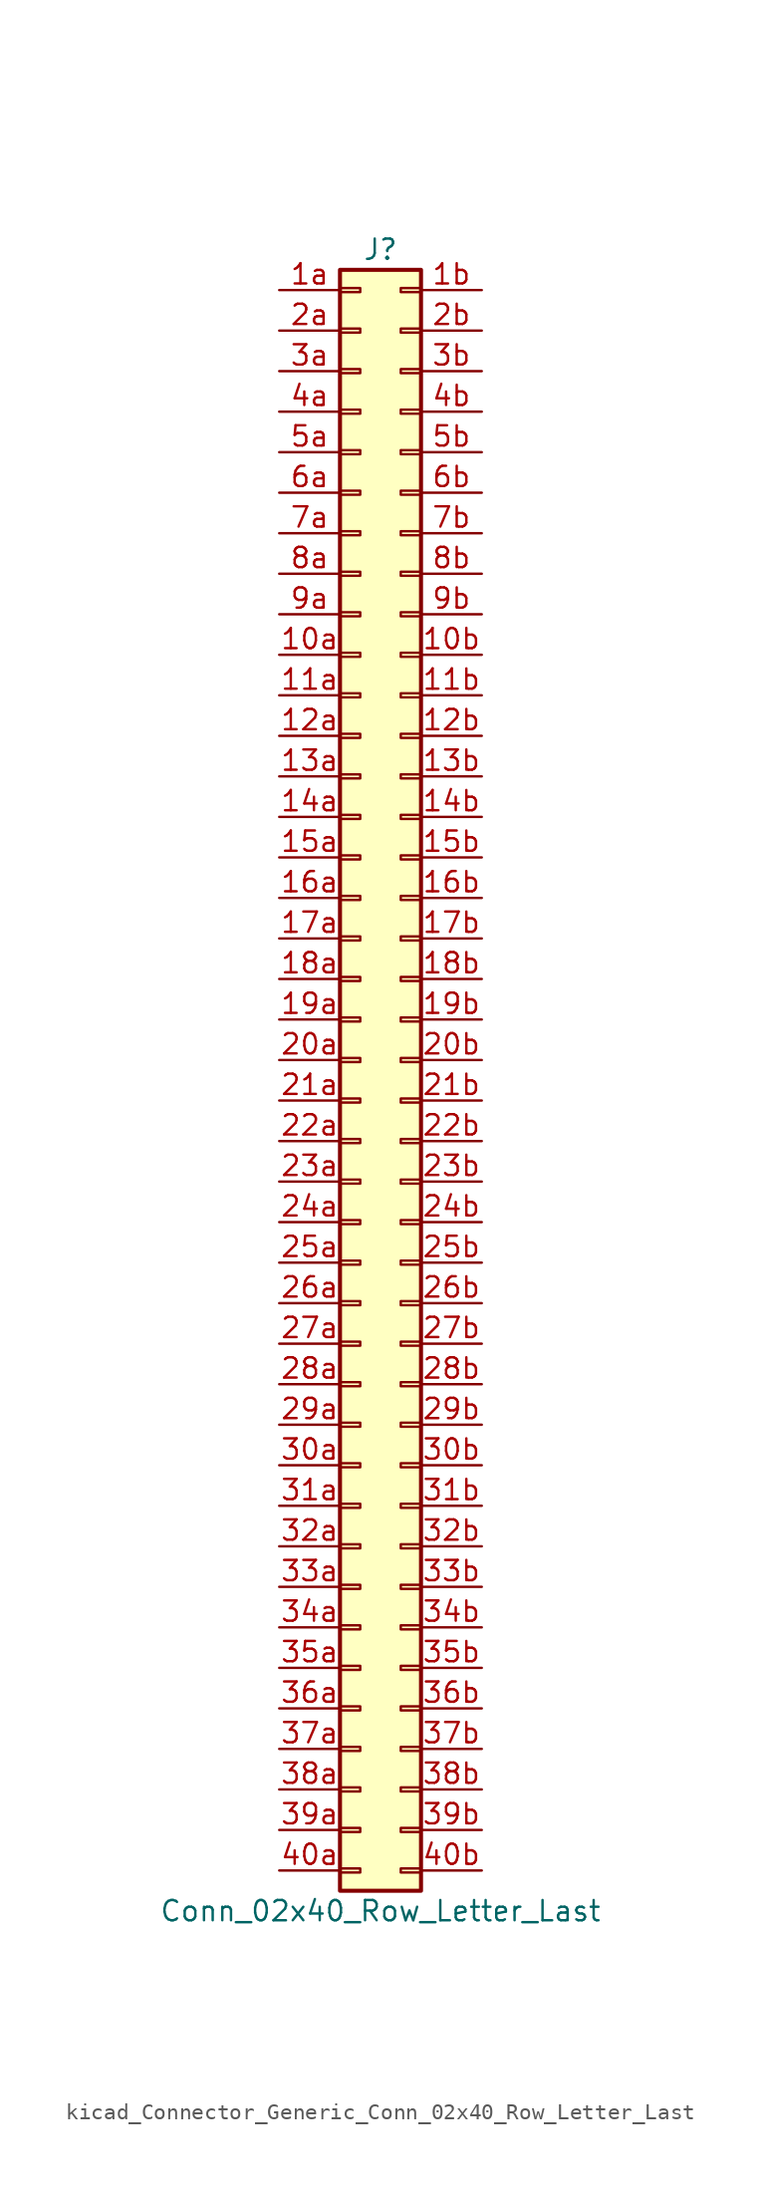
<source format=kicad_sym>
(kicad_symbol_lib
  (version 20220914)
  (generator kicad_symbol_editor)
  (symbol "kicad_Connector_Generic_Conn_02x40_Row_Letter_Last"
    (pin_names
      (offset 1.016) hide)
    (property "Reference" "J"
      (at 1.27 50.8 0)
      (effects (font (size 1.27 1.27))))
    (property "Value" "Conn_02x40_Row_Letter_Last"
      (at 1.27 -53.34 0)
      (effects (font (size 1.27 1.27))))
    (symbol "kicad_Connector_Generic_Conn_02x40_Row_Letter_Last_1_1"
      (rectangle (start -1.27 -50.673) (end 0 -50.927) (stroke (width 0.152) (type default)) (fill (type none)))
      (rectangle (start -1.27 -48.133) (end 0 -48.387) (stroke (width 0.152) (type default)) (fill (type none)))
      (rectangle (start -1.27 -45.593) (end 0 -45.847) (stroke (width 0.152) (type default)) (fill (type none)))
      (rectangle (start -1.27 -43.053) (end 0 -43.307) (stroke (width 0.152) (type default)) (fill (type none)))
      (rectangle (start -1.27 -40.513) (end 0 -40.767) (stroke (width 0.152) (type default)) (fill (type none)))
      (rectangle (start -1.27 -37.973) (end 0 -38.227) (stroke (width 0.152) (type default)) (fill (type none)))
      (rectangle (start -1.27 -35.433) (end 0 -35.687) (stroke (width 0.152) (type default)) (fill (type none)))
      (rectangle (start -1.27 -32.893) (end 0 -33.147) (stroke (width 0.152) (type default)) (fill (type none)))
      (rectangle (start -1.27 -30.353) (end 0 -30.607) (stroke (width 0.152) (type default)) (fill (type none)))
      (rectangle (start -1.27 -27.813) (end 0 -28.067) (stroke (width 0.152) (type default)) (fill (type none)))
      (rectangle (start -1.27 -25.273) (end 0 -25.527) (stroke (width 0.152) (type default)) (fill (type none)))
      (rectangle (start -1.27 -22.733) (end 0 -22.987) (stroke (width 0.152) (type default)) (fill (type none)))
      (rectangle (start -1.27 -20.193) (end 0 -20.447) (stroke (width 0.152) (type default)) (fill (type none)))
      (rectangle (start -1.27 -17.653) (end 0 -17.907) (stroke (width 0.152) (type default)) (fill (type none)))
      (rectangle (start -1.27 -15.113) (end 0 -15.367) (stroke (width 0.152) (type default)) (fill (type none)))
      (rectangle (start -1.27 -12.573) (end 0 -12.827) (stroke (width 0.152) (type default)) (fill (type none)))
      (rectangle (start -1.27 -10.033) (end 0 -10.287) (stroke (width 0.152) (type default)) (fill (type none)))
      (rectangle (start -1.27 -7.493) (end 0 -7.747) (stroke (width 0.152) (type default)) (fill (type none)))
      (rectangle (start -1.27 -4.953) (end 0 -5.207) (stroke (width 0.152) (type default)) (fill (type none)))
      (rectangle (start -1.27 -2.413) (end 0 -2.667) (stroke (width 0.152) (type default)) (fill (type none)))
      (rectangle (start -1.27 0.127) (end 0 -0.127) (stroke (width 0.152) (type default)) (fill (type none)))
      (rectangle (start -1.27 2.667) (end 0 2.413) (stroke (width 0.152) (type default)) (fill (type none)))
      (rectangle (start -1.27 5.207) (end 0 4.953) (stroke (width 0.152) (type default)) (fill (type none)))
      (rectangle (start -1.27 7.747) (end 0 7.493) (stroke (width 0.152) (type default)) (fill (type none)))
      (rectangle (start -1.27 10.287) (end 0 10.033) (stroke (width 0.152) (type default)) (fill (type none)))
      (rectangle (start -1.27 12.827) (end 0 12.573) (stroke (width 0.152) (type default)) (fill (type none)))
      (rectangle (start -1.27 15.367) (end 0 15.113) (stroke (width 0.152) (type default)) (fill (type none)))
      (rectangle (start -1.27 17.907) (end 0 17.653) (stroke (width 0.152) (type default)) (fill (type none)))
      (rectangle (start -1.27 20.447) (end 0 20.193) (stroke (width 0.152) (type default)) (fill (type none)))
      (rectangle (start -1.27 22.987) (end 0 22.733) (stroke (width 0.152) (type default)) (fill (type none)))
      (rectangle (start -1.27 25.527) (end 0 25.273) (stroke (width 0.152) (type default)) (fill (type none)))
      (rectangle (start -1.27 28.067) (end 0 27.813) (stroke (width 0.152) (type default)) (fill (type none)))
      (rectangle (start -1.27 30.607) (end 0 30.353) (stroke (width 0.152) (type default)) (fill (type none)))
      (rectangle (start -1.27 33.147) (end 0 32.893) (stroke (width 0.152) (type default)) (fill (type none)))
      (rectangle (start -1.27 35.687) (end 0 35.433) (stroke (width 0.152) (type default)) (fill (type none)))
      (rectangle (start -1.27 38.227) (end 0 37.973) (stroke (width 0.152) (type default)) (fill (type none)))
      (rectangle (start -1.27 40.767) (end 0 40.513) (stroke (width 0.152) (type default)) (fill (type none)))
      (rectangle (start -1.27 43.307) (end 0 43.053) (stroke (width 0.152) (type default)) (fill (type none)))
      (rectangle (start -1.27 45.847) (end 0 45.593) (stroke (width 0.152) (type default)) (fill (type none)))
      (rectangle (start -1.27 48.387) (end 0 48.133) (stroke (width 0.152) (type default)) (fill (type none)))
      (rectangle (start -1.27 49.53) (end 3.81 -52.07) (stroke (width 0.254) (type default)) (fill (type background)))
      (rectangle (start 3.81 -50.673) (end 2.54 -50.927) (stroke (width 0.152) (type default)) (fill (type none)))
      (rectangle (start 3.81 -48.133) (end 2.54 -48.387) (stroke (width 0.152) (type default)) (fill (type none)))
      (rectangle (start 3.81 -45.593) (end 2.54 -45.847) (stroke (width 0.152) (type default)) (fill (type none)))
      (rectangle (start 3.81 -43.053) (end 2.54 -43.307) (stroke (width 0.152) (type default)) (fill (type none)))
      (rectangle (start 3.81 -40.513) (end 2.54 -40.767) (stroke (width 0.152) (type default)) (fill (type none)))
      (rectangle (start 3.81 -37.973) (end 2.54 -38.227) (stroke (width 0.152) (type default)) (fill (type none)))
      (rectangle (start 3.81 -35.433) (end 2.54 -35.687) (stroke (width 0.152) (type default)) (fill (type none)))
      (rectangle (start 3.81 -32.893) (end 2.54 -33.147) (stroke (width 0.152) (type default)) (fill (type none)))
      (rectangle (start 3.81 -30.353) (end 2.54 -30.607) (stroke (width 0.152) (type default)) (fill (type none)))
      (rectangle (start 3.81 -27.813) (end 2.54 -28.067) (stroke (width 0.152) (type default)) (fill (type none)))
      (rectangle (start 3.81 -25.273) (end 2.54 -25.527) (stroke (width 0.152) (type default)) (fill (type none)))
      (rectangle (start 3.81 -22.733) (end 2.54 -22.987) (stroke (width 0.152) (type default)) (fill (type none)))
      (rectangle (start 3.81 -20.193) (end 2.54 -20.447) (stroke (width 0.152) (type default)) (fill (type none)))
      (rectangle (start 3.81 -17.653) (end 2.54 -17.907) (stroke (width 0.152) (type default)) (fill (type none)))
      (rectangle (start 3.81 -15.113) (end 2.54 -15.367) (stroke (width 0.152) (type default)) (fill (type none)))
      (rectangle (start 3.81 -12.573) (end 2.54 -12.827) (stroke (width 0.152) (type default)) (fill (type none)))
      (rectangle (start 3.81 -10.033) (end 2.54 -10.287) (stroke (width 0.152) (type default)) (fill (type none)))
      (rectangle (start 3.81 -7.493) (end 2.54 -7.747) (stroke (width 0.152) (type default)) (fill (type none)))
      (rectangle (start 3.81 -4.953) (end 2.54 -5.207) (stroke (width 0.152) (type default)) (fill (type none)))
      (rectangle (start 3.81 -2.413) (end 2.54 -2.667) (stroke (width 0.152) (type default)) (fill (type none)))
      (rectangle (start 3.81 0.127) (end 2.54 -0.127) (stroke (width 0.152) (type default)) (fill (type none)))
      (rectangle (start 3.81 2.667) (end 2.54 2.413) (stroke (width 0.152) (type default)) (fill (type none)))
      (rectangle (start 3.81 5.207) (end 2.54 4.953) (stroke (width 0.152) (type default)) (fill (type none)))
      (rectangle (start 3.81 7.747) (end 2.54 7.493) (stroke (width 0.152) (type default)) (fill (type none)))
      (rectangle (start 3.81 10.287) (end 2.54 10.033) (stroke (width 0.152) (type default)) (fill (type none)))
      (rectangle (start 3.81 12.827) (end 2.54 12.573) (stroke (width 0.152) (type default)) (fill (type none)))
      (rectangle (start 3.81 15.367) (end 2.54 15.113) (stroke (width 0.152) (type default)) (fill (type none)))
      (rectangle (start 3.81 17.907) (end 2.54 17.653) (stroke (width 0.152) (type default)) (fill (type none)))
      (rectangle (start 3.81 20.447) (end 2.54 20.193) (stroke (width 0.152) (type default)) (fill (type none)))
      (rectangle (start 3.81 22.987) (end 2.54 22.733) (stroke (width 0.152) (type default)) (fill (type none)))
      (rectangle (start 3.81 25.527) (end 2.54 25.273) (stroke (width 0.152) (type default)) (fill (type none)))
      (rectangle (start 3.81 28.067) (end 2.54 27.813) (stroke (width 0.152) (type default)) (fill (type none)))
      (rectangle (start 3.81 30.607) (end 2.54 30.353) (stroke (width 0.152) (type default)) (fill (type none)))
      (rectangle (start 3.81 33.147) (end 2.54 32.893) (stroke (width 0.152) (type default)) (fill (type none)))
      (rectangle (start 3.81 35.687) (end 2.54 35.433) (stroke (width 0.152) (type default)) (fill (type none)))
      (rectangle (start 3.81 38.227) (end 2.54 37.973) (stroke (width 0.152) (type default)) (fill (type none)))
      (rectangle (start 3.81 40.767) (end 2.54 40.513) (stroke (width 0.152) (type default)) (fill (type none)))
      (rectangle (start 3.81 43.307) (end 2.54 43.053) (stroke (width 0.152) (type default)) (fill (type none)))
      (rectangle (start 3.81 45.847) (end 2.54 45.593) (stroke (width 0.152) (type default)) (fill (type none)))
      (rectangle (start 3.81 48.387) (end 2.54 48.133) (stroke (width 0.152) (type default)) (fill (type none)))
      (pin passive line (at -5.08 25.4 0) (length 3.81) (name "Pin_10a" (effects (font (size 1.27 1.27)))) (number "10a" (effects (font (size 1.27 1.27)))))
      (pin passive line (at 7.62 25.4 180) (length 3.81) (name "Pin_10b" (effects (font (size 1.27 1.27)))) (number "10b" (effects (font (size 1.27 1.27)))))
      (pin passive line (at -5.08 22.86 0) (length 3.81) (name "Pin_11a" (effects (font (size 1.27 1.27)))) (number "11a" (effects (font (size 1.27 1.27)))))
      (pin passive line (at 7.62 22.86 180) (length 3.81) (name "Pin_11b" (effects (font (size 1.27 1.27)))) (number "11b" (effects (font (size 1.27 1.27)))))
      (pin passive line (at -5.08 20.32 0) (length 3.81) (name "Pin_12a" (effects (font (size 1.27 1.27)))) (number "12a" (effects (font (size 1.27 1.27)))))
      (pin passive line (at 7.62 20.32 180) (length 3.81) (name "Pin_12b" (effects (font (size 1.27 1.27)))) (number "12b" (effects (font (size 1.27 1.27)))))
      (pin passive line (at -5.08 17.78 0) (length 3.81) (name "Pin_13a" (effects (font (size 1.27 1.27)))) (number "13a" (effects (font (size 1.27 1.27)))))
      (pin passive line (at 7.62 17.78 180) (length 3.81) (name "Pin_13b" (effects (font (size 1.27 1.27)))) (number "13b" (effects (font (size 1.27 1.27)))))
      (pin passive line (at -5.08 15.24 0) (length 3.81) (name "Pin_14a" (effects (font (size 1.27 1.27)))) (number "14a" (effects (font (size 1.27 1.27)))))
      (pin passive line (at 7.62 15.24 180) (length 3.81) (name "Pin_14b" (effects (font (size 1.27 1.27)))) (number "14b" (effects (font (size 1.27 1.27)))))
      (pin passive line (at -5.08 12.7 0) (length 3.81) (name "Pin_15a" (effects (font (size 1.27 1.27)))) (number "15a" (effects (font (size 1.27 1.27)))))
      (pin passive line (at 7.62 12.7 180) (length 3.81) (name "Pin_15b" (effects (font (size 1.27 1.27)))) (number "15b" (effects (font (size 1.27 1.27)))))
      (pin passive line (at -5.08 10.16 0) (length 3.81) (name "Pin_16a" (effects (font (size 1.27 1.27)))) (number "16a" (effects (font (size 1.27 1.27)))))
      (pin passive line (at 7.62 10.16 180) (length 3.81) (name "Pin_16b" (effects (font (size 1.27 1.27)))) (number "16b" (effects (font (size 1.27 1.27)))))
      (pin passive line (at -5.08 7.62 0) (length 3.81) (name "Pin_17a" (effects (font (size 1.27 1.27)))) (number "17a" (effects (font (size 1.27 1.27)))))
      (pin passive line (at 7.62 7.62 180) (length 3.81) (name "Pin_17b" (effects (font (size 1.27 1.27)))) (number "17b" (effects (font (size 1.27 1.27)))))
      (pin passive line (at -5.08 5.08 0) (length 3.81) (name "Pin_18a" (effects (font (size 1.27 1.27)))) (number "18a" (effects (font (size 1.27 1.27)))))
      (pin passive line (at 7.62 5.08 180) (length 3.81) (name "Pin_18b" (effects (font (size 1.27 1.27)))) (number "18b" (effects (font (size 1.27 1.27)))))
      (pin passive line (at -5.08 2.54 0) (length 3.81) (name "Pin_19a" (effects (font (size 1.27 1.27)))) (number "19a" (effects (font (size 1.27 1.27)))))
      (pin passive line (at 7.62 2.54 180) (length 3.81) (name "Pin_19b" (effects (font (size 1.27 1.27)))) (number "19b" (effects (font (size 1.27 1.27)))))
      (pin passive line (at -5.08 48.26 0) (length 3.81) (name "Pin_1a" (effects (font (size 1.27 1.27)))) (number "1a" (effects (font (size 1.27 1.27)))))
      (pin passive line (at 7.62 48.26 180) (length 3.81) (name "Pin_1b" (effects (font (size 1.27 1.27)))) (number "1b" (effects (font (size 1.27 1.27)))))
      (pin passive line (at -5.08 0 0) (length 3.81) (name "Pin_20a" (effects (font (size 1.27 1.27)))) (number "20a" (effects (font (size 1.27 1.27)))))
      (pin passive line (at 7.62 0 180) (length 3.81) (name "Pin_20b" (effects (font (size 1.27 1.27)))) (number "20b" (effects (font (size 1.27 1.27)))))
      (pin passive line (at -5.08 -2.54 0) (length 3.81) (name "Pin_21a" (effects (font (size 1.27 1.27)))) (number "21a" (effects (font (size 1.27 1.27)))))
      (pin passive line (at 7.62 -2.54 180) (length 3.81) (name "Pin_21b" (effects (font (size 1.27 1.27)))) (number "21b" (effects (font (size 1.27 1.27)))))
      (pin passive line (at -5.08 -5.08 0) (length 3.81) (name "Pin_22a" (effects (font (size 1.27 1.27)))) (number "22a" (effects (font (size 1.27 1.27)))))
      (pin passive line (at 7.62 -5.08 180) (length 3.81) (name "Pin_22b" (effects (font (size 1.27 1.27)))) (number "22b" (effects (font (size 1.27 1.27)))))
      (pin passive line (at -5.08 -7.62 0) (length 3.81) (name "Pin_23a" (effects (font (size 1.27 1.27)))) (number "23a" (effects (font (size 1.27 1.27)))))
      (pin passive line (at 7.62 -7.62 180) (length 3.81) (name "Pin_23b" (effects (font (size 1.27 1.27)))) (number "23b" (effects (font (size 1.27 1.27)))))
      (pin passive line (at -5.08 -10.16 0) (length 3.81) (name "Pin_24a" (effects (font (size 1.27 1.27)))) (number "24a" (effects (font (size 1.27 1.27)))))
      (pin passive line (at 7.62 -10.16 180) (length 3.81) (name "Pin_24b" (effects (font (size 1.27 1.27)))) (number "24b" (effects (font (size 1.27 1.27)))))
      (pin passive line (at -5.08 -12.7 0) (length 3.81) (name "Pin_25a" (effects (font (size 1.27 1.27)))) (number "25a" (effects (font (size 1.27 1.27)))))
      (pin passive line (at 7.62 -12.7 180) (length 3.81) (name "Pin_25b" (effects (font (size 1.27 1.27)))) (number "25b" (effects (font (size 1.27 1.27)))))
      (pin passive line (at -5.08 -15.24 0) (length 3.81) (name "Pin_26a" (effects (font (size 1.27 1.27)))) (number "26a" (effects (font (size 1.27 1.27)))))
      (pin passive line (at 7.62 -15.24 180) (length 3.81) (name "Pin_26b" (effects (font (size 1.27 1.27)))) (number "26b" (effects (font (size 1.27 1.27)))))
      (pin passive line (at -5.08 -17.78 0) (length 3.81) (name "Pin_27a" (effects (font (size 1.27 1.27)))) (number "27a" (effects (font (size 1.27 1.27)))))
      (pin passive line (at 7.62 -17.78 180) (length 3.81) (name "Pin_27b" (effects (font (size 1.27 1.27)))) (number "27b" (effects (font (size 1.27 1.27)))))
      (pin passive line (at -5.08 -20.32 0) (length 3.81) (name "Pin_28a" (effects (font (size 1.27 1.27)))) (number "28a" (effects (font (size 1.27 1.27)))))
      (pin passive line (at 7.62 -20.32 180) (length 3.81) (name "Pin_28b" (effects (font (size 1.27 1.27)))) (number "28b" (effects (font (size 1.27 1.27)))))
      (pin passive line (at -5.08 -22.86 0) (length 3.81) (name "Pin_29a" (effects (font (size 1.27 1.27)))) (number "29a" (effects (font (size 1.27 1.27)))))
      (pin passive line (at 7.62 -22.86 180) (length 3.81) (name "Pin_29b" (effects (font (size 1.27 1.27)))) (number "29b" (effects (font (size 1.27 1.27)))))
      (pin passive line (at -5.08 45.72 0) (length 3.81) (name "Pin_2a" (effects (font (size 1.27 1.27)))) (number "2a" (effects (font (size 1.27 1.27)))))
      (pin passive line (at 7.62 45.72 180) (length 3.81) (name "Pin_2b" (effects (font (size 1.27 1.27)))) (number "2b" (effects (font (size 1.27 1.27)))))
      (pin passive line (at -5.08 -25.4 0) (length 3.81) (name "Pin_30a" (effects (font (size 1.27 1.27)))) (number "30a" (effects (font (size 1.27 1.27)))))
      (pin passive line (at 7.62 -25.4 180) (length 3.81) (name "Pin_30b" (effects (font (size 1.27 1.27)))) (number "30b" (effects (font (size 1.27 1.27)))))
      (pin passive line (at -5.08 -27.94 0) (length 3.81) (name "Pin_31a" (effects (font (size 1.27 1.27)))) (number "31a" (effects (font (size 1.27 1.27)))))
      (pin passive line (at 7.62 -27.94 180) (length 3.81) (name "Pin_31b" (effects (font (size 1.27 1.27)))) (number "31b" (effects (font (size 1.27 1.27)))))
      (pin passive line (at -5.08 -30.48 0) (length 3.81) (name "Pin_32a" (effects (font (size 1.27 1.27)))) (number "32a" (effects (font (size 1.27 1.27)))))
      (pin passive line (at 7.62 -30.48 180) (length 3.81) (name "Pin_32b" (effects (font (size 1.27 1.27)))) (number "32b" (effects (font (size 1.27 1.27)))))
      (pin passive line (at -5.08 -33.02 0) (length 3.81) (name "Pin_33a" (effects (font (size 1.27 1.27)))) (number "33a" (effects (font (size 1.27 1.27)))))
      (pin passive line (at 7.62 -33.02 180) (length 3.81) (name "Pin_33b" (effects (font (size 1.27 1.27)))) (number "33b" (effects (font (size 1.27 1.27)))))
      (pin passive line (at -5.08 -35.56 0) (length 3.81) (name "Pin_34a" (effects (font (size 1.27 1.27)))) (number "34a" (effects (font (size 1.27 1.27)))))
      (pin passive line (at 7.62 -35.56 180) (length 3.81) (name "Pin_34b" (effects (font (size 1.27 1.27)))) (number "34b" (effects (font (size 1.27 1.27)))))
      (pin passive line (at -5.08 -38.1 0) (length 3.81) (name "Pin_35a" (effects (font (size 1.27 1.27)))) (number "35a" (effects (font (size 1.27 1.27)))))
      (pin passive line (at 7.62 -38.1 180) (length 3.81) (name "Pin_35b" (effects (font (size 1.27 1.27)))) (number "35b" (effects (font (size 1.27 1.27)))))
      (pin passive line (at -5.08 -40.64 0) (length 3.81) (name "Pin_36a" (effects (font (size 1.27 1.27)))) (number "36a" (effects (font (size 1.27 1.27)))))
      (pin passive line (at 7.62 -40.64 180) (length 3.81) (name "Pin_36b" (effects (font (size 1.27 1.27)))) (number "36b" (effects (font (size 1.27 1.27)))))
      (pin passive line (at -5.08 -43.18 0) (length 3.81) (name "Pin_37a" (effects (font (size 1.27 1.27)))) (number "37a" (effects (font (size 1.27 1.27)))))
      (pin passive line (at 7.62 -43.18 180) (length 3.81) (name "Pin_37b" (effects (font (size 1.27 1.27)))) (number "37b" (effects (font (size 1.27 1.27)))))
      (pin passive line (at -5.08 -45.72 0) (length 3.81) (name "Pin_38a" (effects (font (size 1.27 1.27)))) (number "38a" (effects (font (size 1.27 1.27)))))
      (pin passive line (at 7.62 -45.72 180) (length 3.81) (name "Pin_38b" (effects (font (size 1.27 1.27)))) (number "38b" (effects (font (size 1.27 1.27)))))
      (pin passive line (at -5.08 -48.26 0) (length 3.81) (name "Pin_39a" (effects (font (size 1.27 1.27)))) (number "39a" (effects (font (size 1.27 1.27)))))
      (pin passive line (at 7.62 -48.26 180) (length 3.81) (name "Pin_39b" (effects (font (size 1.27 1.27)))) (number "39b" (effects (font (size 1.27 1.27)))))
      (pin passive line (at -5.08 43.18 0) (length 3.81) (name "Pin_3a" (effects (font (size 1.27 1.27)))) (number "3a" (effects (font (size 1.27 1.27)))))
      (pin passive line (at 7.62 43.18 180) (length 3.81) (name "Pin_3b" (effects (font (size 1.27 1.27)))) (number "3b" (effects (font (size 1.27 1.27)))))
      (pin passive line (at -5.08 -50.8 0) (length 3.81) (name "Pin_40a" (effects (font (size 1.27 1.27)))) (number "40a" (effects (font (size 1.27 1.27)))))
      (pin passive line (at 7.62 -50.8 180) (length 3.81) (name "Pin_40b" (effects (font (size 1.27 1.27)))) (number "40b" (effects (font (size 1.27 1.27)))))
      (pin passive line (at -5.08 40.64 0) (length 3.81) (name "Pin_4a" (effects (font (size 1.27 1.27)))) (number "4a" (effects (font (size 1.27 1.27)))))
      (pin passive line (at 7.62 40.64 180) (length 3.81) (name "Pin_4b" (effects (font (size 1.27 1.27)))) (number "4b" (effects (font (size 1.27 1.27)))))
      (pin passive line (at -5.08 38.1 0) (length 3.81) (name "Pin_5a" (effects (font (size 1.27 1.27)))) (number "5a" (effects (font (size 1.27 1.27)))))
      (pin passive line (at 7.62 38.1 180) (length 3.81) (name "Pin_5b" (effects (font (size 1.27 1.27)))) (number "5b" (effects (font (size 1.27 1.27)))))
      (pin passive line (at -5.08 35.56 0) (length 3.81) (name "Pin_6a" (effects (font (size 1.27 1.27)))) (number "6a" (effects (font (size 1.27 1.27)))))
      (pin passive line (at 7.62 35.56 180) (length 3.81) (name "Pin_6b" (effects (font (size 1.27 1.27)))) (number "6b" (effects (font (size 1.27 1.27)))))
      (pin passive line (at -5.08 33.02 0) (length 3.81) (name "Pin_7a" (effects (font (size 1.27 1.27)))) (number "7a" (effects (font (size 1.27 1.27)))))
      (pin passive line (at 7.62 33.02 180) (length 3.81) (name "Pin_7b" (effects (font (size 1.27 1.27)))) (number "7b" (effects (font (size 1.27 1.27)))))
      (pin passive line (at -5.08 30.48 0) (length 3.81) (name "Pin_8a" (effects (font (size 1.27 1.27)))) (number "8a" (effects (font (size 1.27 1.27)))))
      (pin passive line (at 7.62 30.48 180) (length 3.81) (name "Pin_8b" (effects (font (size 1.27 1.27)))) (number "8b" (effects (font (size 1.27 1.27)))))
      (pin passive line (at -5.08 27.94 0) (length 3.81) (name "Pin_9a" (effects (font (size 1.27 1.27)))) (number "9a" (effects (font (size 1.27 1.27)))))
      (pin passive line (at 7.62 27.94 180) (length 3.81) (name "Pin_9b" (effects (font (size 1.27 1.27)))) (number "9b" (effects (font (size 1.27 1.27))))))))
</source>
